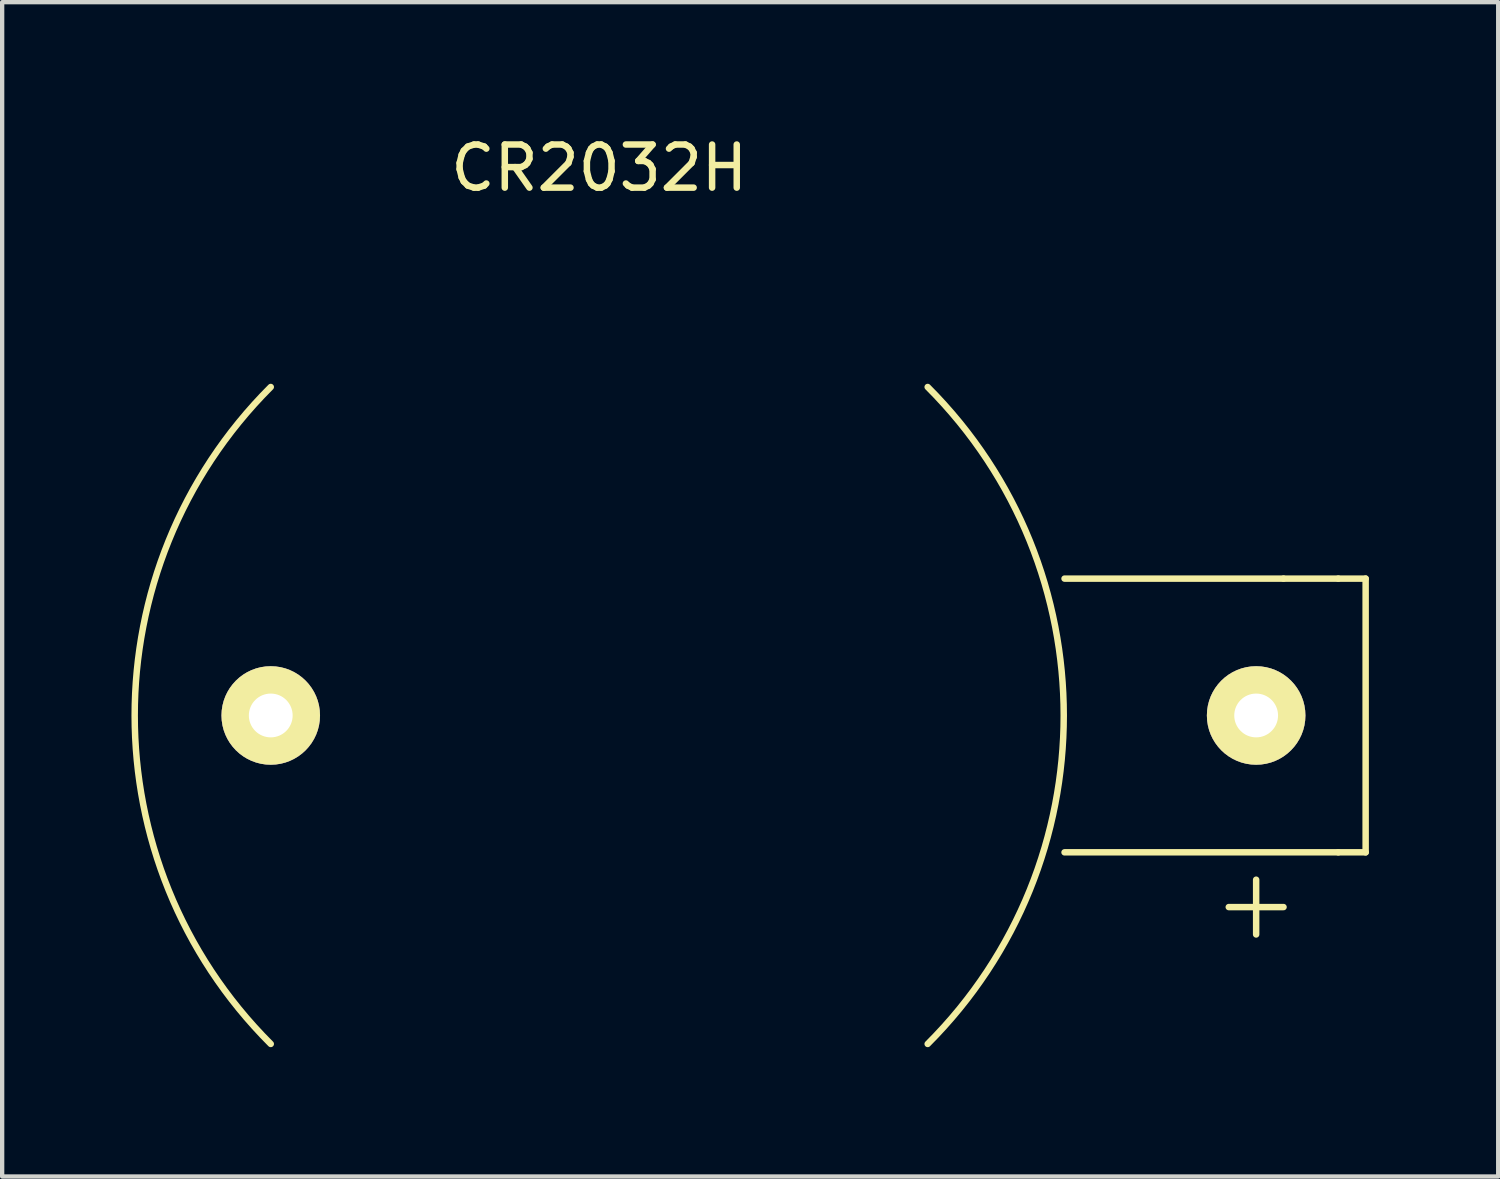
<source format=kicad_pcb>
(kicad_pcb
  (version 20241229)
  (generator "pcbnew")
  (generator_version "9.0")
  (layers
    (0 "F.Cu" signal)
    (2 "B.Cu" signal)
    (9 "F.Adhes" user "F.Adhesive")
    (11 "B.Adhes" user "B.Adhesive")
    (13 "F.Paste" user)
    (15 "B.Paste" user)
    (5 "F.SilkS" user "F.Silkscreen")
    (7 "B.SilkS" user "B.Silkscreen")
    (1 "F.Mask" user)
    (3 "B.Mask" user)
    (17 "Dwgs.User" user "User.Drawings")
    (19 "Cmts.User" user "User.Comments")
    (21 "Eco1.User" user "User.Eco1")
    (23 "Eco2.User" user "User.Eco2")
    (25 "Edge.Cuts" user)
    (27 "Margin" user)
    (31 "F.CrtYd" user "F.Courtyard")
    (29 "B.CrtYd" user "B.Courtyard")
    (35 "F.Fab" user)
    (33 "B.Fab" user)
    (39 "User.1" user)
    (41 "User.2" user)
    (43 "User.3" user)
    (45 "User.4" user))
  (footprint "CR2032H"
    (layer "F.Cu")
    (at 10.851 13.548)
    (property "Reference" "CR2032H" (at 0 -12.7 0) (layer "F.SilkS") (effects (font (size 1 1) (thickness 0.15))))
    (attr through_hole)
    (fp_line (start 10.795 -3.175) (end 15.875 -3.175) (stroke (width 0.15) (type solid)) (layer "F.SilkS"))
    (fp_line (start 14.605 4.445) (end 15.875 4.445) (stroke (width 0.15) (type solid)) (layer "F.SilkS"))
    (fp_line (start 15.24 3.81) (end 15.24 5.08) (stroke (width 0.15) (type solid)) (layer "F.SilkS"))
    (fp_line (start 15.875 -3.175) (end 17.145 -3.175) (stroke (width 0.15) (type solid)) (layer "F.SilkS"))
    (fp_line (start 17.145 -3.175) (end 17.78 -3.175) (stroke (width 0.15) (type solid)) (layer "F.SilkS"))
    (fp_line (start 17.145 3.175) (end 10.795 3.175) (stroke (width 0.15) (type solid)) (layer "F.SilkS"))
    (fp_line (start 17.78 -3.175) (end 17.78 3.175) (stroke (width 0.15) (type solid)) (layer "F.SilkS"))
    (fp_line (start 17.78 3.175) (end 17.145 3.175) (stroke (width 0.15) (type solid)) (layer "F.SilkS"))
    (fp_arc (start -7.62 7.62) (mid -10.776307 0) (end -7.62 -7.62) (stroke (width 0.15) (type solid)) (layer "F.SilkS"))
    (fp_arc (start 7.62 -7.62) (mid 10.776307 0) (end 7.62 7.62) (stroke (width 0.15) (type solid)) (layer "F.SilkS"))
    (pad "1" thru_hole circle (at 15.24 0) (size 2.286 2.286) (drill 1.016) (layers "*.Cu" "*.Mask" "F.SilkS"))
    (pad "2" thru_hole circle (at -7.62 0) (size 2.286 2.286) (drill 1.016) (layers "*.Cu" "*.Mask" "F.SilkS")))
  (gr_rect
    (start -3 -3)
    (end 31.706 24.243)
    (stroke (width 0.1) (type default))
    (fill no)
    (layer "Edge.Cuts")))
</source>
